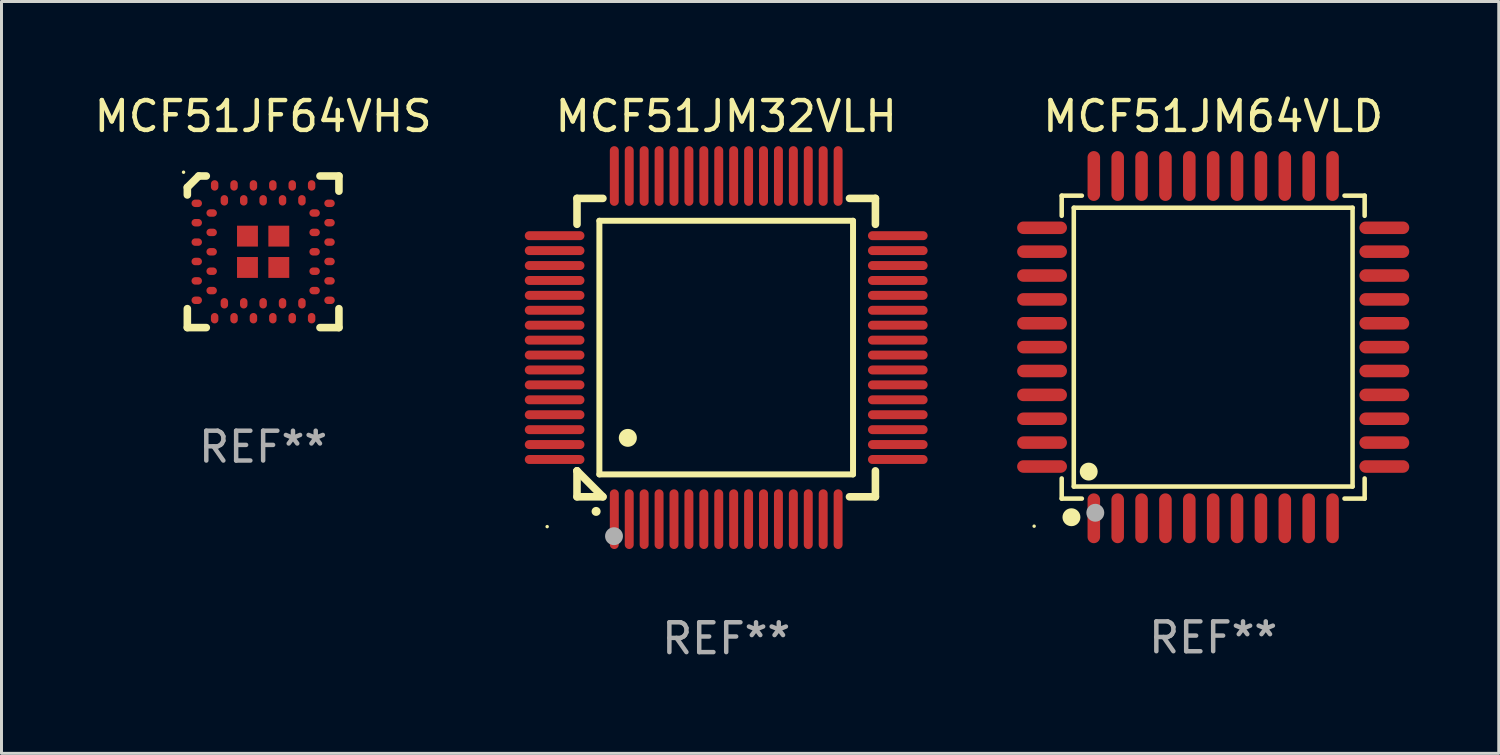
<source format=kicad_pcb>
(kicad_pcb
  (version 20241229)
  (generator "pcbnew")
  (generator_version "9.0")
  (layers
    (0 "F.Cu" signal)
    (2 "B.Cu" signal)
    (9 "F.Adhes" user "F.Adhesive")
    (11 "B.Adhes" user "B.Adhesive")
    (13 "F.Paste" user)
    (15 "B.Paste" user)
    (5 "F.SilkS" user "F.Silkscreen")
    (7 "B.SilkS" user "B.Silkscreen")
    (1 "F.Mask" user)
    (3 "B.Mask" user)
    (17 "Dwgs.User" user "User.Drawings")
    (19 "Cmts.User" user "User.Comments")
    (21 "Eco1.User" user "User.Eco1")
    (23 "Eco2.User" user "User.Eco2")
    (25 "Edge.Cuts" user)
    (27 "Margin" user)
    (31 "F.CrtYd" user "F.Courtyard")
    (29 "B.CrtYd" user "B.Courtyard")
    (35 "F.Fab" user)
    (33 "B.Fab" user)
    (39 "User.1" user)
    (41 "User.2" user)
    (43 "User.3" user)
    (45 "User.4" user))
  (footprint "MCF51JM64VLD"
    (layer "F.Cu")
    (at 37.605 8.583)
    (property "Reference" "MCF51JM64VLD" (at 0 -7.735 0) (layer "F.SilkS") (effects (font (size 1 1) (thickness 0.15))))
    (attr through_hole)
    (fp_line (start -5.076 -5.076) (end -4.401 -5.076) (stroke (width 0.152) (type solid)) (layer "F.SilkS"))
    (fp_line (start -5.076 -4.401) (end -5.076 -5.076) (stroke (width 0.152) (type solid)) (layer "F.SilkS"))
    (fp_line (start -5.076 4.401) (end -5.076 5.076) (stroke (width 0.152) (type solid)) (layer "F.SilkS"))
    (fp_line (start -5.076 5.076) (end -4.401 5.076) (stroke (width 0.152) (type solid)) (layer "F.SilkS"))
    (fp_line (start -4.671 -4.671) (end 4.671 -4.671) (stroke (width 0.152) (type solid)) (layer "F.SilkS"))
    (fp_line (start -4.671 4.671) (end -4.671 -4.671) (stroke (width 0.152) (type solid)) (layer "F.SilkS"))
    (fp_line (start 4.671 -4.671) (end 4.671 4.671) (stroke (width 0.152) (type solid)) (layer "F.SilkS"))
    (fp_line (start 4.671 4.671) (end -4.671 4.671) (stroke (width 0.152) (type solid)) (layer "F.SilkS"))
    (fp_line (start 5.076 -5.076) (end 4.401 -5.076) (stroke (width 0.152) (type solid)) (layer "F.SilkS"))
    (fp_line (start 5.076 -4.401) (end 5.076 -5.076) (stroke (width 0.152) (type solid)) (layer "F.SilkS"))
    (fp_line (start 5.076 4.401) (end 5.076 5.076) (stroke (width 0.152) (type solid)) (layer "F.SilkS"))
    (fp_line (start 5.076 5.076) (end 4.401 5.076) (stroke (width 0.152) (type solid)) (layer "F.SilkS"))
    (fp_circle (center -6 6) (end -5.97 6) (stroke (width 0.06) (type solid)) (fill no) (layer "F.SilkS"))
    (fp_circle (center -4.75 5.7) (end -4.6 5.7) (stroke (width 0.3) (type solid)) (fill no) (layer "F.SilkS"))
    (fp_circle (center -4.171 4.171) (end -4.021 4.171) (stroke (width 0.3) (type solid)) (fill no) (layer "F.SilkS"))
    (fp_circle (center -3.95 5.55) (end -3.8 5.55) (stroke (width 0.3) (type solid)) (fill no) (layer "F.Fab"))
    (fp_text user "REF**" (at 0 9.735 0) (layer "F.Fab") (effects (font (size 1 1) (thickness 0.15))))
    (pad "1" smd oval (at -4 5.735) (size 0.42 1.67) (layers "F.Cu" "F.Mask" "F.Paste"))
    (pad "2" smd oval (at -3.2 5.735) (size 0.42 1.67) (layers "F.Cu" "F.Mask" "F.Paste"))
    (pad "3" smd oval (at -2.4 5.735) (size 0.42 1.67) (layers "F.Cu" "F.Mask" "F.Paste"))
    (pad "4" smd oval (at -1.6 5.735) (size 0.42 1.67) (layers "F.Cu" "F.Mask" "F.Paste"))
    (pad "5" smd oval (at -0.8 5.735) (size 0.42 1.67) (layers "F.Cu" "F.Mask" "F.Paste"))
    (pad "6" smd oval (at 0 5.735) (size 0.42 1.67) (layers "F.Cu" "F.Mask" "F.Paste"))
    (pad "7" smd oval (at 0.8 5.735) (size 0.42 1.67) (layers "F.Cu" "F.Mask" "F.Paste"))
    (pad "8" smd oval (at 1.6 5.735) (size 0.42 1.67) (layers "F.Cu" "F.Mask" "F.Paste"))
    (pad "9" smd oval (at 2.4 5.735) (size 0.42 1.67) (layers "F.Cu" "F.Mask" "F.Paste"))
    (pad "10" smd oval (at 3.2 5.735) (size 0.42 1.67) (layers "F.Cu" "F.Mask" "F.Paste"))
    (pad "11" smd oval (at 4 5.735) (size 0.42 1.67) (layers "F.Cu" "F.Mask" "F.Paste"))
    (pad "12" smd oval (at 5.735 4) (size 1.67 0.42) (layers "F.Cu" "F.Mask" "F.Paste"))
    (pad "13" smd oval (at 5.735 3.2) (size 1.67 0.42) (layers "F.Cu" "F.Mask" "F.Paste"))
    (pad "14" smd oval (at 5.735 2.4) (size 1.67 0.42) (layers "F.Cu" "F.Mask" "F.Paste"))
    (pad "15" smd oval (at 5.735 1.6) (size 1.67 0.42) (layers "F.Cu" "F.Mask" "F.Paste"))
    (pad "16" smd oval (at 5.735 0.8) (size 1.67 0.42) (layers "F.Cu" "F.Mask" "F.Paste"))
    (pad "17" smd oval (at 5.735 0) (size 1.67 0.42) (layers "F.Cu" "F.Mask" "F.Paste"))
    (pad "18" smd oval (at 5.735 -0.8) (size 1.67 0.42) (layers "F.Cu" "F.Mask" "F.Paste"))
    (pad "19" smd oval (at 5.735 -1.6) (size 1.67 0.42) (layers "F.Cu" "F.Mask" "F.Paste"))
    (pad "20" smd oval (at 5.735 -2.4) (size 1.67 0.42) (layers "F.Cu" "F.Mask" "F.Paste"))
    (pad "21" smd oval (at 5.735 -3.2) (size 1.67 0.42) (layers "F.Cu" "F.Mask" "F.Paste"))
    (pad "22" smd oval (at 5.735 -4) (size 1.67 0.42) (layers "F.Cu" "F.Mask" "F.Paste"))
    (pad "23" smd oval (at 4 -5.735) (size 0.42 1.67) (layers "F.Cu" "F.Mask" "F.Paste"))
    (pad "24" smd oval (at 3.2 -5.735) (size 0.42 1.67) (layers "F.Cu" "F.Mask" "F.Paste"))
    (pad "25" smd oval (at 2.4 -5.735) (size 0.42 1.67) (layers "F.Cu" "F.Mask" "F.Paste"))
    (pad "26" smd oval (at 1.6 -5.735) (size 0.42 1.67) (layers "F.Cu" "F.Mask" "F.Paste"))
    (pad "27" smd oval (at 0.8 -5.735) (size 0.42 1.67) (layers "F.Cu" "F.Mask" "F.Paste"))
    (pad "28" smd oval (at 0 -5.735) (size 0.42 1.67) (layers "F.Cu" "F.Mask" "F.Paste"))
    (pad "29" smd oval (at -0.8 -5.735) (size 0.42 1.67) (layers "F.Cu" "F.Mask" "F.Paste"))
    (pad "30" smd oval (at -1.6 -5.735) (size 0.42 1.67) (layers "F.Cu" "F.Mask" "F.Paste"))
    (pad "31" smd oval (at -2.4 -5.735) (size 0.42 1.67) (layers "F.Cu" "F.Mask" "F.Paste"))
    (pad "32" smd oval (at -3.2 -5.735) (size 0.42 1.67) (layers "F.Cu" "F.Mask" "F.Paste"))
    (pad "33" smd oval (at -4 -5.735) (size 0.42 1.67) (layers "F.Cu" "F.Mask" "F.Paste"))
    (pad "34" smd oval (at -5.735 -4) (size 1.67 0.42) (layers "F.Cu" "F.Mask" "F.Paste"))
    (pad "35" smd oval (at -5.735 -3.2) (size 1.67 0.42) (layers "F.Cu" "F.Mask" "F.Paste"))
    (pad "36" smd oval (at -5.735 -2.4) (size 1.67 0.42) (layers "F.Cu" "F.Mask" "F.Paste"))
    (pad "37" smd oval (at -5.735 -1.6) (size 1.67 0.42) (layers "F.Cu" "F.Mask" "F.Paste"))
    (pad "38" smd oval (at -5.735 -0.8) (size 1.67 0.42) (layers "F.Cu" "F.Mask" "F.Paste"))
    (pad "39" smd oval (at -5.735 0) (size 1.67 0.42) (layers "F.Cu" "F.Mask" "F.Paste"))
    (pad "40" smd oval (at -5.735 0.8) (size 1.67 0.42) (layers "F.Cu" "F.Mask" "F.Paste"))
    (pad "41" smd oval (at -5.735 1.6) (size 1.67 0.42) (layers "F.Cu" "F.Mask" "F.Paste"))
    (pad "42" smd oval (at -5.735 2.4) (size 1.67 0.42) (layers "F.Cu" "F.Mask" "F.Paste"))
    (pad "43" smd oval (at -5.735 3.2) (size 1.67 0.42) (layers "F.Cu" "F.Mask" "F.Paste"))
    (pad "44" smd oval (at -5.735 4) (size 1.67 0.42) (layers "F.Cu" "F.Mask" "F.Paste")))
  (footprint "MCF51JM32VLH"
    (layer "F.Cu")
    (at 21.286 8.598)
    (property "Reference" "MCF51JM32VLH" (at 0 -7.75 0) (layer "F.SilkS") (effects (font (size 1 1) (thickness 0.15))))
    (attr through_hole)
    (fp_line (start -5 -5) (end -4.131 -5) (stroke (width 0.254) (type solid)) (layer "F.SilkS"))
    (fp_line (start -5 -4.131) (end -5 -5) (stroke (width 0.254) (type solid)) (layer "F.SilkS"))
    (fp_line (start -5 4.131) (end -5 4.131) (stroke (width 0.254) (type solid)) (layer "F.SilkS"))
    (fp_line (start -5 5) (end -5 4.131) (stroke (width 0.254) (type solid)) (layer "F.SilkS"))
    (fp_line (start -5 4.131) (end -4.131 5) (stroke (width 0.254) (type solid)) (layer "F.SilkS"))
    (fp_line (start -4.25 -4.25) (end -4.25 4.25) (stroke (width 0.2) (type solid)) (layer "F.SilkS"))
    (fp_line (start -4.25 4.25) (end 4.25 4.25) (stroke (width 0.2) (type solid)) (layer "F.SilkS"))
    (fp_line (start -4.131 5) (end -5 5) (stroke (width 0.254) (type solid)) (layer "F.SilkS"))
    (fp_line (start 4.25 -4.25) (end -4.25 -4.25) (stroke (width 0.2) (type solid)) (layer "F.SilkS"))
    (fp_line (start 4.25 4.25) (end 4.25 -4.25) (stroke (width 0.2) (type solid)) (layer "F.SilkS"))
    (fp_line (start 5 -5) (end 4.131 -5) (stroke (width 0.254) (type solid)) (layer "F.SilkS"))
    (fp_line (start 5 -5) (end 5 -4.131) (stroke (width 0.254) (type solid)) (layer "F.SilkS"))
    (fp_line (start 5 4.131) (end 5 5) (stroke (width 0.254) (type solid)) (layer "F.SilkS"))
    (fp_line (start 5 5) (end 4.131 5) (stroke (width 0.254) (type solid)) (layer "F.SilkS"))
    (fp_arc (start -4.361265 5.489992) (mid -4.359995 5.489987) (end -4.358725 5.489992) (stroke (width 0.3) (type solid)) (layer "F.SilkS"))
    (fp_arc (start -3.299467 3.025146) (mid -3.296927 3.025135) (end -3.294387 3.025146) (stroke (width 0.6) (type solid)) (layer "F.SilkS"))
    (fp_circle (center -6 6) (end -5.97 6) (stroke (width 0.06) (type solid)) (fill no) (layer "F.SilkS"))
    (fp_circle (center -3.76 6.32) (end -3.61 6.32) (stroke (width 0.3) (type solid)) (fill no) (layer "F.Fab"))
    (fp_text user "REF**" (at 0 9.75 0) (layer "F.Fab") (effects (font (size 1 1) (thickness 0.15))))
    (pad "1" smd oval (at -3.75 5.75) (size 0.3 2) (layers "F.Cu" "F.Mask" "F.Paste"))
    (pad "2" smd oval (at -3.25 5.75) (size 0.3 2) (layers "F.Cu" "F.Mask" "F.Paste"))
    (pad "3" smd oval (at -2.75 5.75) (size 0.3 2) (layers "F.Cu" "F.Mask" "F.Paste"))
    (pad "4" smd oval (at -2.25 5.75) (size 0.3 2) (layers "F.Cu" "F.Mask" "F.Paste"))
    (pad "5" smd oval (at -1.75 5.75) (size 0.3 2) (layers "F.Cu" "F.Mask" "F.Paste"))
    (pad "6" smd oval (at -1.25 5.75) (size 0.3 2) (layers "F.Cu" "F.Mask" "F.Paste"))
    (pad "7" smd oval (at -0.75 5.75) (size 0.3 2) (layers "F.Cu" "F.Mask" "F.Paste"))
    (pad "8" smd oval (at -0.25 5.75) (size 0.3 2) (layers "F.Cu" "F.Mask" "F.Paste"))
    (pad "9" smd oval (at 0.25 5.75) (size 0.3 2) (layers "F.Cu" "F.Mask" "F.Paste"))
    (pad "10" smd oval (at 0.75 5.75) (size 0.3 2) (layers "F.Cu" "F.Mask" "F.Paste"))
    (pad "11" smd oval (at 1.25 5.75) (size 0.3 2) (layers "F.Cu" "F.Mask" "F.Paste"))
    (pad "12" smd oval (at 1.75 5.75) (size 0.3 2) (layers "F.Cu" "F.Mask" "F.Paste"))
    (pad "13" smd oval (at 2.25 5.75) (size 0.3 2) (layers "F.Cu" "F.Mask" "F.Paste"))
    (pad "14" smd oval (at 2.75 5.75) (size 0.3 2) (layers "F.Cu" "F.Mask" "F.Paste"))
    (pad "15" smd oval (at 3.25 5.75) (size 0.3 2) (layers "F.Cu" "F.Mask" "F.Paste"))
    (pad "16" smd oval (at 3.75 5.75) (size 0.3 2) (layers "F.Cu" "F.Mask" "F.Paste"))
    (pad "17" smd oval (at 5.75 3.75) (size 2 0.3) (layers "F.Cu" "F.Mask" "F.Paste"))
    (pad "18" smd oval (at 5.75 3.25) (size 2 0.3) (layers "F.Cu" "F.Mask" "F.Paste"))
    (pad "19" smd oval (at 5.75 2.75) (size 2 0.3) (layers "F.Cu" "F.Mask" "F.Paste"))
    (pad "20" smd oval (at 5.75 2.25) (size 2 0.3) (layers "F.Cu" "F.Mask" "F.Paste"))
    (pad "21" smd oval (at 5.75 1.75) (size 2 0.3) (layers "F.Cu" "F.Mask" "F.Paste"))
    (pad "22" smd oval (at 5.75 1.25) (size 2 0.3) (layers "F.Cu" "F.Mask" "F.Paste"))
    (pad "23" smd oval (at 5.75 0.75) (size 2 0.3) (layers "F.Cu" "F.Mask" "F.Paste"))
    (pad "24" smd oval (at 5.75 0.25) (size 2 0.3) (layers "F.Cu" "F.Mask" "F.Paste"))
    (pad "25" smd oval (at 5.75 -0.25) (size 2 0.3) (layers "F.Cu" "F.Mask" "F.Paste"))
    (pad "26" smd oval (at 5.75 -0.75) (size 2 0.3) (layers "F.Cu" "F.Mask" "F.Paste"))
    (pad "27" smd oval (at 5.75 -1.25) (size 2 0.3) (layers "F.Cu" "F.Mask" "F.Paste"))
    (pad "28" smd oval (at 5.75 -1.75) (size 2 0.3) (layers "F.Cu" "F.Mask" "F.Paste"))
    (pad "29" smd oval (at 5.75 -2.25) (size 2 0.3) (layers "F.Cu" "F.Mask" "F.Paste"))
    (pad "30" smd oval (at 5.75 -2.75) (size 2 0.3) (layers "F.Cu" "F.Mask" "F.Paste"))
    (pad "31" smd oval (at 5.75 -3.25) (size 2 0.3) (layers "F.Cu" "F.Mask" "F.Paste"))
    (pad "32" smd oval (at 5.75 -3.75) (size 2 0.3) (layers "F.Cu" "F.Mask" "F.Paste"))
    (pad "33" smd oval (at 3.75 -5.75) (size 0.3 2) (layers "F.Cu" "F.Mask" "F.Paste"))
    (pad "34" smd oval (at 3.25 -5.75) (size 0.3 2) (layers "F.Cu" "F.Mask" "F.Paste"))
    (pad "35" smd oval (at 2.75 -5.75) (size 0.3 2) (layers "F.Cu" "F.Mask" "F.Paste"))
    (pad "36" smd oval (at 2.25 -5.75) (size 0.3 2) (layers "F.Cu" "F.Mask" "F.Paste"))
    (pad "37" smd oval (at 1.75 -5.75) (size 0.3 2) (layers "F.Cu" "F.Mask" "F.Paste"))
    (pad "38" smd oval (at 1.25 -5.75) (size 0.3 2) (layers "F.Cu" "F.Mask" "F.Paste"))
    (pad "39" smd oval (at 0.75 -5.75) (size 0.3 2) (layers "F.Cu" "F.Mask" "F.Paste"))
    (pad "40" smd oval (at 0.25 -5.75) (size 0.3 2) (layers "F.Cu" "F.Mask" "F.Paste"))
    (pad "41" smd oval (at -0.25 -5.75) (size 0.3 2) (layers "F.Cu" "F.Mask" "F.Paste"))
    (pad "42" smd oval (at -0.75 -5.75) (size 0.3 2) (layers "F.Cu" "F.Mask" "F.Paste"))
    (pad "43" smd oval (at -1.25 -5.75) (size 0.3 2) (layers "F.Cu" "F.Mask" "F.Paste"))
    (pad "44" smd oval (at -1.75 -5.75) (size 0.3 2) (layers "F.Cu" "F.Mask" "F.Paste"))
    (pad "45" smd oval (at -2.25 -5.75) (size 0.3 2) (layers "F.Cu" "F.Mask" "F.Paste"))
    (pad "46" smd oval (at -2.75 -5.75) (size 0.3 2) (layers "F.Cu" "F.Mask" "F.Paste"))
    (pad "47" smd oval (at -3.25 -5.75) (size 0.3 2) (layers "F.Cu" "F.Mask" "F.Paste"))
    (pad "48" smd oval (at -3.75 -5.75) (size 0.3 2) (layers "F.Cu" "F.Mask" "F.Paste"))
    (pad "49" smd oval (at -5.75 -3.75) (size 2 0.3) (layers "F.Cu" "F.Mask" "F.Paste"))
    (pad "50" smd oval (at -5.75 -3.25) (size 2 0.3) (layers "F.Cu" "F.Mask" "F.Paste"))
    (pad "51" smd oval (at -5.75 -2.75) (size 2 0.3) (layers "F.Cu" "F.Mask" "F.Paste"))
    (pad "52" smd oval (at -5.75 -2.25) (size 2 0.3) (layers "F.Cu" "F.Mask" "F.Paste"))
    (pad "53" smd oval (at -5.75 -1.75) (size 2 0.3) (layers "F.Cu" "F.Mask" "F.Paste"))
    (pad "54" smd oval (at -5.75 -1.25) (size 2 0.3) (layers "F.Cu" "F.Mask" "F.Paste"))
    (pad "55" smd oval (at -5.75 -0.75) (size 2 0.3) (layers "F.Cu" "F.Mask" "F.Paste"))
    (pad "56" smd oval (at -5.75 -0.25) (size 2 0.3) (layers "F.Cu" "F.Mask" "F.Paste"))
    (pad "57" smd oval (at -5.75 0.25) (size 2 0.3) (layers "F.Cu" "F.Mask" "F.Paste"))
    (pad "58" smd oval (at -5.75 0.75) (size 2 0.3) (layers "F.Cu" "F.Mask" "F.Paste"))
    (pad "59" smd oval (at -5.75 1.25) (size 2 0.3) (layers "F.Cu" "F.Mask" "F.Paste"))
    (pad "60" smd oval (at -5.75 1.75) (size 2 0.3) (layers "F.Cu" "F.Mask" "F.Paste"))
    (pad "61" smd oval (at -5.75 2.25) (size 2 0.3) (layers "F.Cu" "F.Mask" "F.Paste"))
    (pad "62" smd oval (at -5.75 2.75) (size 2 0.3) (layers "F.Cu" "F.Mask" "F.Paste"))
    (pad "63" smd oval (at -5.75 3.25) (size 2 0.3) (layers "F.Cu" "F.Mask" "F.Paste"))
    (pad "64" smd oval (at -5.75 3.75) (size 2 0.3) (layers "F.Cu" "F.Mask" "F.Paste")))
  (footprint "MCF51JF64VHS"
    (layer "F.Cu")
    (at 5.768 5.388)
    (property "Reference" "MCF51JF64VHS" (at 0 -4.54 0) (layer "F.SilkS") (effects (font (size 1 1) (thickness 0.15))))
    (attr through_hole)
    (fp_line (start -2.54 -2.159) (end -2.54 -1.905) (stroke (width 0.254) (type solid)) (layer "F.SilkS"))
    (fp_line (start -2.54 1.905) (end -2.54 2.54) (stroke (width 0.254) (type solid)) (layer "F.SilkS"))
    (fp_line (start -2.54 2.54) (end -1.905 2.54) (stroke (width 0.254) (type solid)) (layer "F.SilkS"))
    (fp_line (start -2.159 -2.54) (end -2.54 -2.159) (stroke (width 0.254) (type solid)) (layer "F.SilkS"))
    (fp_line (start -1.905 -2.54) (end -2.159 -2.54) (stroke (width 0.254) (type solid)) (layer "F.SilkS"))
    (fp_line (start 1.905 -2.54) (end 2.54 -2.54) (stroke (width 0.254) (type solid)) (layer "F.SilkS"))
    (fp_line (start 2.54 -2.54) (end 2.54 -2.032) (stroke (width 0.254) (type solid)) (layer "F.SilkS"))
    (fp_line (start 2.54 1.905) (end 2.54 2.54) (stroke (width 0.254) (type solid)) (layer "F.SilkS"))
    (fp_line (start 2.54 2.54) (end 1.905 2.54) (stroke (width 0.254) (type solid)) (layer "F.SilkS"))
    (fp_circle (center -2.667 -2.667) (end -2.637 -2.667) (stroke (width 0.06) (type solid)) (fill no) (layer "F.SilkS"))
    (fp_text user "REF**" (at 0 6.54 0) (layer "F.Fab") (effects (font (size 1 1) (thickness 0.15))))
    (pad "1" smd oval (at -2.225 -1.625) (size 0.35 0.25) (layers "F.Cu" "F.Mask" "F.Paste"))
    (pad "2" smd oval (at -1.725 -1.3) (size 0.35 0.25) (layers "F.Cu" "F.Mask" "F.Paste"))
    (pad "3" smd oval (at -2.225 -0.975) (size 0.35 0.25) (layers "F.Cu" "F.Mask" "F.Paste"))
    (pad "4" smd oval (at -1.725 -0.65) (size 0.35 0.25) (layers "F.Cu" "F.Mask" "F.Paste"))
    (pad "5" smd oval (at -2.225 -0.325) (size 0.35 0.25) (layers "F.Cu" "F.Mask" "F.Paste"))
    (pad "6" smd oval (at -1.725 0) (size 0.35 0.25) (layers "F.Cu" "F.Mask" "F.Paste"))
    (pad "7" smd oval (at -2.225 0.325) (size 0.35 0.25) (layers "F.Cu" "F.Mask" "F.Paste"))
    (pad "8" smd oval (at -1.725 0.65) (size 0.35 0.25) (layers "F.Cu" "F.Mask" "F.Paste"))
    (pad "9" smd oval (at -2.225 0.975) (size 0.35 0.25) (layers "F.Cu" "F.Mask" "F.Paste"))
    (pad "10" smd oval (at -1.725 1.3) (size 0.35 0.25) (layers "F.Cu" "F.Mask" "F.Paste"))
    (pad "11" smd oval (at -2.225 1.625) (size 0.35 0.25) (layers "F.Cu" "F.Mask" "F.Paste"))
    (pad "12" smd oval (at -1.625 2.225) (size 0.25 0.35) (layers "F.Cu" "F.Mask" "F.Paste"))
    (pad "13" smd oval (at -1.3 1.725 270) (size 0.35 0.25) (layers "F.Cu" "F.Mask" "F.Paste"))
    (pad "14" smd oval (at -0.975 2.225) (size 0.25 0.35) (layers "F.Cu" "F.Mask" "F.Paste"))
    (pad "15" smd oval (at -0.65 1.725 270) (size 0.35 0.25) (layers "F.Cu" "F.Mask" "F.Paste"))
    (pad "16" smd oval (at -0.325 2.225) (size 0.25 0.35) (layers "F.Cu" "F.Mask" "F.Paste"))
    (pad "17" smd oval (at 0 1.725 270) (size 0.35 0.25) (layers "F.Cu" "F.Mask" "F.Paste"))
    (pad "18" smd oval (at 0.325 2.225) (size 0.25 0.35) (layers "F.Cu" "F.Mask" "F.Paste"))
    (pad "19" smd oval (at 0.65 1.725 270) (size 0.35 0.25) (layers "F.Cu" "F.Mask" "F.Paste"))
    (pad "20" smd oval (at 0.975 2.225) (size 0.25 0.35) (layers "F.Cu" "F.Mask" "F.Paste"))
    (pad "21" smd oval (at 1.3 1.725 270) (size 0.35 0.25) (layers "F.Cu" "F.Mask" "F.Paste"))
    (pad "22" smd oval (at 1.625 2.225) (size 0.25 0.35) (layers "F.Cu" "F.Mask" "F.Paste"))
    (pad "23" smd oval (at 2.225 1.625) (size 0.35 0.25) (layers "F.Cu" "F.Mask" "F.Paste"))
    (pad "24" smd oval (at 1.725 1.3) (size 0.35 0.25) (layers "F.Cu" "F.Mask" "F.Paste"))
    (pad "25" smd oval (at 2.225 0.975) (size 0.35 0.25) (layers "F.Cu" "F.Mask" "F.Paste"))
    (pad "26" smd oval (at 1.725 0.65) (size 0.35 0.25) (layers "F.Cu" "F.Mask" "F.Paste"))
    (pad "27" smd oval (at 2.225 0.325) (size 0.35 0.25) (layers "F.Cu" "F.Mask" "F.Paste"))
    (pad "28" smd oval (at 1.725 0) (size 0.35 0.25) (layers "F.Cu" "F.Mask" "F.Paste"))
    (pad "29" smd oval (at 2.225 -0.325) (size 0.35 0.25) (layers "F.Cu" "F.Mask" "F.Paste"))
    (pad "30" smd oval (at 1.725 -0.65) (size 0.35 0.25) (layers "F.Cu" "F.Mask" "F.Paste"))
    (pad "31" smd oval (at 2.225 -0.975) (size 0.35 0.25) (layers "F.Cu" "F.Mask" "F.Paste"))
    (pad "32" smd oval (at 1.725 -1.3) (size 0.35 0.25) (layers "F.Cu" "F.Mask" "F.Paste"))
    (pad "33" smd oval (at 2.225 -1.625) (size 0.35 0.25) (layers "F.Cu" "F.Mask" "F.Paste"))
    (pad "34" smd oval (at 1.625 -2.225) (size 0.25 0.35) (layers "F.Cu" "F.Mask" "F.Paste"))
    (pad "35" smd oval (at 1.3 -1.725 270) (size 0.35 0.25) (layers "F.Cu" "F.Mask" "F.Paste"))
    (pad "36" smd oval (at 0.975 -2.225) (size 0.25 0.35) (layers "F.Cu" "F.Mask" "F.Paste"))
    (pad "37" smd oval (at 0.65 -1.725 270) (size 0.35 0.25) (layers "F.Cu" "F.Mask" "F.Paste"))
    (pad "38" smd oval (at 0.325 -2.225) (size 0.25 0.35) (layers "F.Cu" "F.Mask" "F.Paste"))
    (pad "39" smd oval (at 0 -1.725 270) (size 0.35 0.25) (layers "F.Cu" "F.Mask" "F.Paste"))
    (pad "40" smd oval (at -0.325 -2.225) (size 0.25 0.35) (layers "F.Cu" "F.Mask" "F.Paste"))
    (pad "41" smd oval (at -0.65 -1.725 270) (size 0.35 0.25) (layers "F.Cu" "F.Mask" "F.Paste"))
    (pad "42" smd oval (at -0.975 -2.225) (size 0.25 0.35) (layers "F.Cu" "F.Mask" "F.Paste"))
    (pad "43" smd oval (at -1.3 -1.725 270) (size 0.35 0.25) (layers "F.Cu" "F.Mask" "F.Paste"))
    (pad "44" smd oval (at -1.625 -2.225) (size 0.25 0.35) (layers "F.Cu" "F.Mask" "F.Paste"))
    (pad "45" smd rect (at -0.525 -0.525) (size 0.7 0.7) (layers "F.Cu" "F.Mask" "F.Paste"))
    (pad "46" smd rect (at 0.525 -0.525) (size 0.7 0.7) (layers "F.Cu" "F.Mask" "F.Paste"))
    (pad "47" smd rect (at -0.525 0.525) (size 0.7 0.7) (layers "F.Cu" "F.Mask" "F.Paste"))
    (pad "48" smd rect (at 0.525 0.525) (size 0.7 0.7) (layers "F.Cu" "F.Mask" "F.Paste")))
  (gr_rect
    (start -3 -3)
    (end 47.175 22.196)
    (stroke (width 0.1) (type default))
    (fill no)
    (layer "Edge.Cuts")))
</source>
